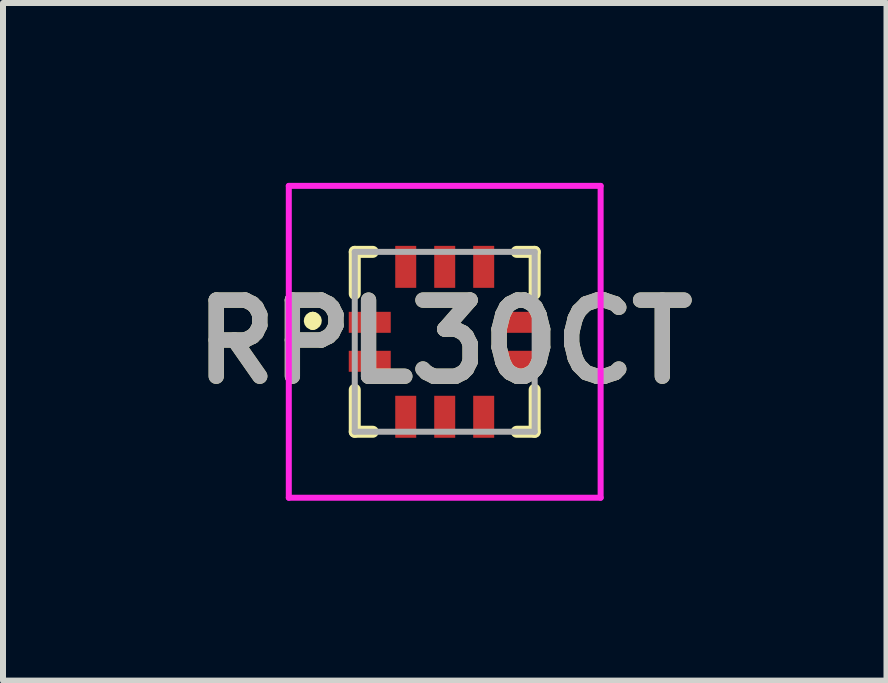
<source format=kicad_pcb>
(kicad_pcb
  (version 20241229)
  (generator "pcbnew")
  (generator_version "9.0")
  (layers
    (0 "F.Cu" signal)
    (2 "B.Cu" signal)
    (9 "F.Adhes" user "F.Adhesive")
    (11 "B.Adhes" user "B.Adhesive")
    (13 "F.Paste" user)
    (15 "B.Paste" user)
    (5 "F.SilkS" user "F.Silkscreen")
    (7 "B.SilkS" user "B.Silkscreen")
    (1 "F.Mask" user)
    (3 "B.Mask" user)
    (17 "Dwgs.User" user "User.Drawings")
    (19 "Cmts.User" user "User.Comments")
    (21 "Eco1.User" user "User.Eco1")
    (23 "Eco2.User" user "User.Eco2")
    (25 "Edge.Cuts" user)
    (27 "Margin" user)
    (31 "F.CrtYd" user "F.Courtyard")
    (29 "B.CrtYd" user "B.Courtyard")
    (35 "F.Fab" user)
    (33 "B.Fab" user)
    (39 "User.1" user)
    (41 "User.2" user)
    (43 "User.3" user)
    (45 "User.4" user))
  (footprint "RPL30CT"
    (layer "F.Cu")
    (at 4.366 2.65)
    (property "Reference" "RPL30CT" (at 0 0 0) (layer "F.SilkS") (effects (font (size 1.27 1.27) (thickness 0.254))))
    (attr smd)
    (fp_line (start -2.2 -0.4) (end -2.2 -0.4) (stroke (width 0.2) (type solid)) (layer "F.SilkS"))
    (fp_line (start -2.2 -0.3) (end -2.2 -0.3) (stroke (width 0.2) (type solid)) (layer "F.SilkS"))
    (fp_line (start -1.5 -1.5) (end -1.5 -0.8) (stroke (width 0.2) (type solid)) (layer "F.SilkS"))
    (fp_line (start -1.5 1.5) (end -1.5 0.8) (stroke (width 0.2) (type solid)) (layer "F.SilkS"))
    (fp_line (start -1.2 -1.5) (end -1.5 -1.5) (stroke (width 0.2) (type solid)) (layer "F.SilkS"))
    (fp_line (start -1.2 1.5) (end -1.5 1.5) (stroke (width 0.2) (type solid)) (layer "F.SilkS"))
    (fp_line (start 1.2 -1.5) (end 1.5 -1.5) (stroke (width 0.2) (type solid)) (layer "F.SilkS"))
    (fp_line (start 1.2 1.5) (end 1.5 1.5) (stroke (width 0.2) (type solid)) (layer "F.SilkS"))
    (fp_line (start 1.5 -1.5) (end 1.5 -0.8) (stroke (width 0.2) (type solid)) (layer "F.SilkS"))
    (fp_line (start 1.5 1.5) (end 1.5 0.8) (stroke (width 0.2) (type solid)) (layer "F.SilkS"))
    (fp_arc (start -2.2 -0.4) (mid -2.15 -0.35) (end -2.2 -0.3) (stroke (width 0.2) (type solid)) (layer "F.SilkS"))
    (fp_arc (start -2.2 -0.3) (mid -2.25 -0.35) (end -2.2 -0.4) (stroke (width 0.2) (type solid)) (layer "F.SilkS"))
    (fp_line (start -2.6 -2.6) (end 2.6 -2.6) (stroke (width 0.1) (type solid)) (layer "F.CrtYd"))
    (fp_line (start -2.6 2.6) (end -2.6 -2.6) (stroke (width 0.1) (type solid)) (layer "F.CrtYd"))
    (fp_line (start 2.6 -2.6) (end 2.6 2.6) (stroke (width 0.1) (type solid)) (layer "F.CrtYd"))
    (fp_line (start 2.6 2.6) (end -2.6 2.6) (stroke (width 0.1) (type solid)) (layer "F.CrtYd"))
    (fp_line (start -1.5 -1.5) (end 1.5 -1.5) (stroke (width 0.1) (type solid)) (layer "F.Fab"))
    (fp_line (start -1.5 1.5) (end -1.5 -1.5) (stroke (width 0.1) (type solid)) (layer "F.Fab"))
    (fp_line (start 1.5 -1.5) (end 1.5 1.5) (stroke (width 0.1) (type solid)) (layer "F.Fab"))
    (fp_line (start 1.5 1.5) (end -1.5 1.5) (stroke (width 0.1) (type solid)) (layer "F.Fab"))
    (fp_text user "${REFERENCE}" (at 0 0 0) (layer "F.Fab") (effects (font (size 1.27 1.27) (thickness 0.254))))
    (pad "1" smd rect (at -1.25 -0.325 90) (size 0.35 0.7) (layers "F.Cu" "F.Mask" "F.Paste"))
    (pad "2" smd rect (at -1.25 0.325 90) (size 0.35 0.7) (layers "F.Cu" "F.Mask" "F.Paste"))
    (pad "3" smd rect (at -0.65 1.25) (size 0.35 0.7) (layers "F.Cu" "F.Mask" "F.Paste"))
    (pad "4" smd rect (at 0 1.25) (size 0.35 0.7) (layers "F.Cu" "F.Mask" "F.Paste"))
    (pad "5" smd rect (at 0.65 1.25) (size 0.35 0.7) (layers "F.Cu" "F.Mask" "F.Paste"))
    (pad "6" smd rect (at 1.25 0.325 90) (size 0.35 0.7) (layers "F.Cu" "F.Mask" "F.Paste"))
    (pad "7" smd rect (at 1.25 -0.325 90) (size 0.35 0.7) (layers "F.Cu" "F.Mask" "F.Paste"))
    (pad "8" smd rect (at 0.65 -1.25) (size 0.35 0.7) (layers "F.Cu" "F.Mask" "F.Paste"))
    (pad "9" smd rect (at 0 -1.25) (size 0.35 0.7) (layers "F.Cu" "F.Mask" "F.Paste"))
    (pad "10" smd rect (at -0.65 -1.25) (size 0.35 0.7) (layers "F.Cu" "F.Mask" "F.Paste")))
  (gr_rect
    (start -3 -3)
    (end 11.733 8.3)
    (stroke (width 0.1) (type default))
    (fill no)
    (layer "Edge.Cuts")))
</source>
